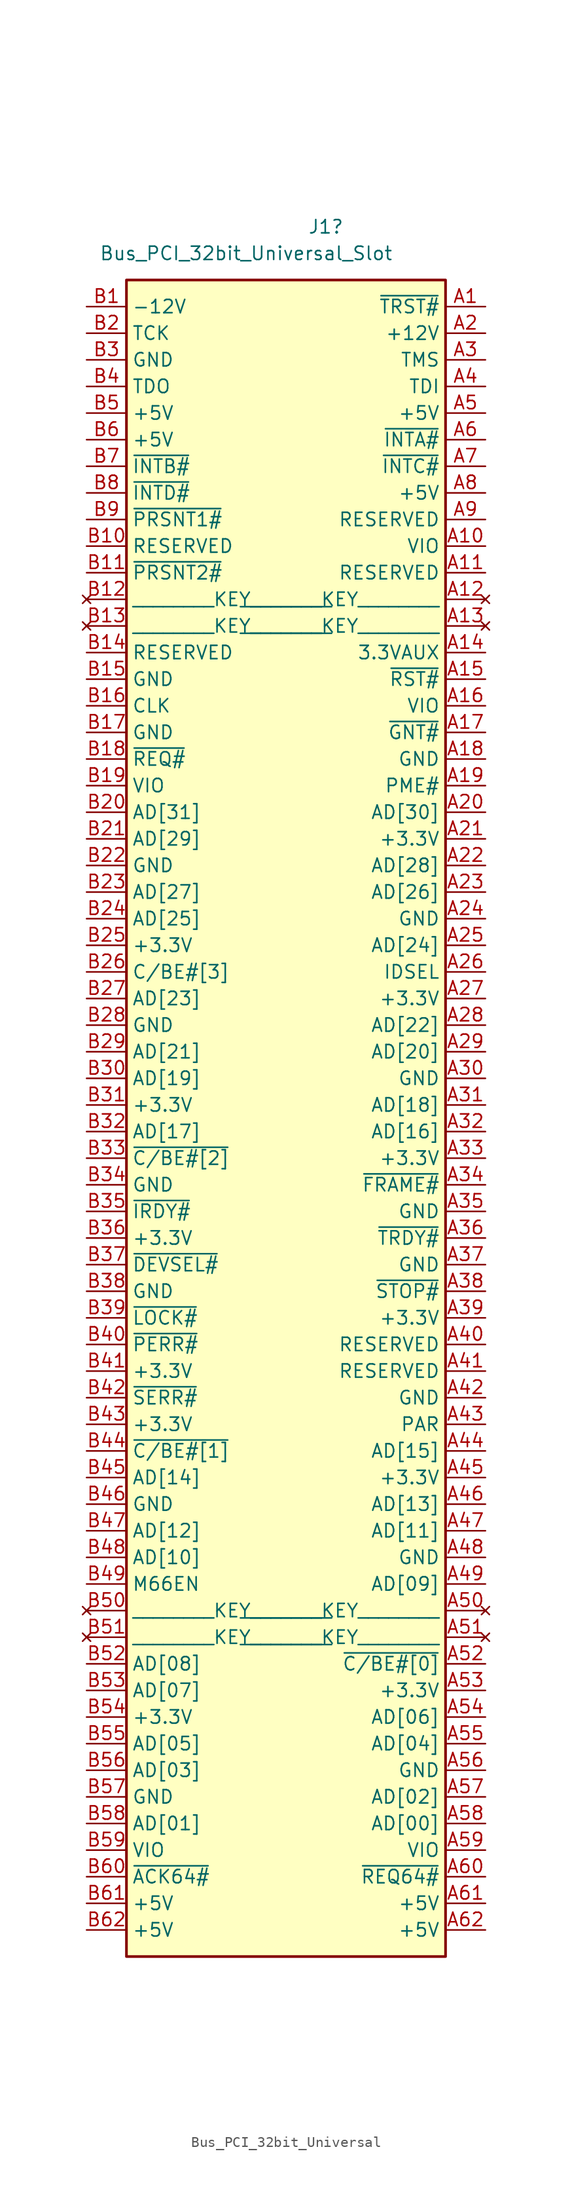
<source format=kicad_sym>
(kicad_symbol_lib
  (version 20241209)
  (generator "kicad_symbol_editor")
  (generator_version "9.0")
  (symbol "Bus_PCI_32bit_Universal"
    (property "Reference" "J1"
      (at 3.81 83.82 0)
      (effects (font (size 1.27 1.27))))
    (property "Value" "Bus_PCI_32bit_Universal_Slot"
      (at -3.81 81.28 0)
      (effects (font (size 1.27 1.27))))
    (symbol "Bus_PCI_32bit_Universal_0_1"
      (rectangle (start -15.24 78.74) (end 15.24 -81.28) (stroke (width 0.254) (type default)) (fill (type background))))
    (symbol "Bus_PCI_32bit_Universal_1_1"
      (pin power_in line (at -19.05 76.2 0) (length 3.81) (name "-12V" (effects (font (size 1.27 1.27)))) (number "B1" (effects (font (size 1.27 1.27)))))
      (pin output line (at -19.05 73.66 0) (length 3.81) (name "TCK" (effects (font (size 1.27 1.27)))) (number "B2" (effects (font (size 1.27 1.27)))))
      (pin power_in line (at -19.05 71.12 0) (length 3.81) (name "GND" (effects (font (size 1.27 1.27)))) (number "B3" (effects (font (size 1.27 1.27)))))
      (pin input line (at -19.05 68.58 0) (length 3.81) (name "TDO" (effects (font (size 1.27 1.27)))) (number "B4" (effects (font (size 1.27 1.27)))))
      (pin power_in line (at -19.05 66.04 0) (length 3.81) (name "+5V" (effects (font (size 1.27 1.27)))) (number "B5" (effects (font (size 1.27 1.27)))))
      (pin power_in line (at -19.05 63.5 0) (length 3.81) (name "+5V" (effects (font (size 1.27 1.27)))) (number "B6" (effects (font (size 1.27 1.27)))))
      (pin input line (at -19.05 60.96 0) (length 3.81) (name "~{INTB#}" (effects (font (size 1.27 1.27)))) (number "B7" (effects (font (size 1.27 1.27)))))
      (pin input line (at -19.05 58.42 0) (length 3.81) (name "~{INTD#}" (effects (font (size 1.27 1.27)))) (number "B8" (effects (font (size 1.27 1.27)))))
      (pin input line (at -19.05 55.88 0) (length 3.81) (name "~{PRSNT1#}" (effects (font (size 1.27 1.27)))) (number "B9" (effects (font (size 1.27 1.27)))))
      (pin passive line (at -19.05 53.34 0) (length 3.81) (name "RESERVED" (effects (font (size 1.27 1.27)))) (number "B10" (effects (font (size 1.27 1.27)))))
      (pin input line (at -19.05 50.8 0) (length 3.81) (name "~{PRSNT2#}" (effects (font (size 1.27 1.27)))) (number "B11" (effects (font (size 1.27 1.27)))))
      (pin no_connect line (at -19.05 48.26 0) (length 3.81) (name "________KEY________" (effects (font (size 1.27 1.27)))) (number "B12" (effects (font (size 1.27 1.27)))))
      (pin no_connect line (at -19.05 45.72 0) (length 3.81) (name "________KEY________" (effects (font (size 1.27 1.27)))) (number "B13" (effects (font (size 1.27 1.27)))))
      (pin passive line (at -19.05 43.18 0) (length 3.81) (name "RESERVED" (effects (font (size 1.27 1.27)))) (number "B14" (effects (font (size 1.27 1.27)))))
      (pin power_in line (at -19.05 40.64 0) (length 3.81) (name "GND" (effects (font (size 1.27 1.27)))) (number "B15" (effects (font (size 1.27 1.27)))))
      (pin output line (at -19.05 38.1 0) (length 3.81) (name "CLK" (effects (font (size 1.27 1.27)))) (number "B16" (effects (font (size 1.27 1.27)))))
      (pin power_in line (at -19.05 35.56 0) (length 3.81) (name "GND" (effects (font (size 1.27 1.27)))) (number "B17" (effects (font (size 1.27 1.27)))))
      (pin bidirectional line (at -19.05 33.02 0) (length 3.81) (name "~{REQ#}" (effects (font (size 1.27 1.27)))) (number "B18" (effects (font (size 1.27 1.27)))))
      (pin power_in line (at -19.05 30.48 0) (length 3.81) (name "VIO" (effects (font (size 1.27 1.27)))) (number "B19" (effects (font (size 1.27 1.27)))))
      (pin bidirectional line (at -19.05 27.94 0) (length 3.81) (name "AD[31]" (effects (font (size 1.27 1.27)))) (number "B20" (effects (font (size 1.27 1.27)))))
      (pin bidirectional line (at -19.05 25.4 0) (length 3.81) (name "AD[29]" (effects (font (size 1.27 1.27)))) (number "B21" (effects (font (size 1.27 1.27)))))
      (pin power_in line (at -19.05 22.86 0) (length 3.81) (name "GND" (effects (font (size 1.27 1.27)))) (number "B22" (effects (font (size 1.27 1.27)))))
      (pin bidirectional line (at -19.05 20.32 0) (length 3.81) (name "AD[27]" (effects (font (size 1.27 1.27)))) (number "B23" (effects (font (size 1.27 1.27)))))
      (pin bidirectional line (at -19.05 17.78 0) (length 3.81) (name "AD[25]" (effects (font (size 1.27 1.27)))) (number "B24" (effects (font (size 1.27 1.27)))))
      (pin power_in line (at -19.05 15.24 0) (length 3.81) (name "+3.3V" (effects (font (size 1.27 1.27)))) (number "B25" (effects (font (size 1.27 1.27)))))
      (pin bidirectional line (at -19.05 12.7 0) (length 3.81) (name "C/BE#[3]" (effects (font (size 1.27 1.27)))) (number "B26" (effects (font (size 1.27 1.27)))))
      (pin bidirectional line (at -19.05 10.16 0) (length 3.81) (name "AD[23]" (effects (font (size 1.27 1.27)))) (number "B27" (effects (font (size 1.27 1.27)))))
      (pin power_in line (at -19.05 7.62 0) (length 3.81) (name "GND" (effects (font (size 1.27 1.27)))) (number "B28" (effects (font (size 1.27 1.27)))))
      (pin bidirectional line (at -19.05 5.08 0) (length 3.81) (name "AD[21]" (effects (font (size 1.27 1.27)))) (number "B29" (effects (font (size 1.27 1.27)))))
      (pin bidirectional line (at -19.05 2.54 0) (length 3.81) (name "AD[19]" (effects (font (size 1.27 1.27)))) (number "B30" (effects (font (size 1.27 1.27)))))
      (pin power_in line (at -19.05 0 0) (length 3.81) (name "+3.3V" (effects (font (size 1.27 1.27)))) (number "B31" (effects (font (size 1.27 1.27)))))
      (pin bidirectional line (at -19.05 -2.54 0) (length 3.81) (name "AD[17]" (effects (font (size 1.27 1.27)))) (number "B32" (effects (font (size 1.27 1.27)))))
      (pin bidirectional line (at -19.05 -5.08 0) (length 3.81) (name "~{C/BE#[2]}" (effects (font (size 1.27 1.27)))) (number "B33" (effects (font (size 1.27 1.27)))))
      (pin power_in line (at -19.05 -7.62 0) (length 3.81) (name "GND" (effects (font (size 1.27 1.27)))) (number "B34" (effects (font (size 1.27 1.27)))))
      (pin bidirectional line (at -19.05 -10.16 0) (length 3.81) (name "~{IRDY#}" (effects (font (size 1.27 1.27)))) (number "B35" (effects (font (size 1.27 1.27)))))
      (pin power_in line (at -19.05 -12.7 0) (length 3.81) (name "+3.3V" (effects (font (size 1.27 1.27)))) (number "B36" (effects (font (size 1.27 1.27)))))
      (pin bidirectional line (at -19.05 -15.24 0) (length 3.81) (name "~{DEVSEL#}" (effects (font (size 1.27 1.27)))) (number "B37" (effects (font (size 1.27 1.27)))))
      (pin power_in line (at -19.05 -17.78 0) (length 3.81) (name "GND" (effects (font (size 1.27 1.27)))) (number "B38" (effects (font (size 1.27 1.27)))))
      (pin bidirectional line (at -19.05 -20.32 0) (length 3.81) (name "~{LOCK#}" (effects (font (size 1.27 1.27)))) (number "B39" (effects (font (size 1.27 1.27)))))
      (pin bidirectional line (at -19.05 -22.86 0) (length 3.81) (name "~{PERR#}" (effects (font (size 1.27 1.27)))) (number "B40" (effects (font (size 1.27 1.27)))))
      (pin power_in line (at -19.05 -25.4 0) (length 3.81) (name "+3.3V" (effects (font (size 1.27 1.27)))) (number "B41" (effects (font (size 1.27 1.27)))))
      (pin input line (at -19.05 -27.94 0) (length 3.81) (name "~{SERR#}" (effects (font (size 1.27 1.27)))) (number "B42" (effects (font (size 1.27 1.27)))))
      (pin power_in line (at -19.05 -30.48 0) (length 3.81) (name "+3.3V" (effects (font (size 1.27 1.27)))) (number "B43" (effects (font (size 1.27 1.27)))))
      (pin bidirectional line (at -19.05 -33.02 0) (length 3.81) (name "~{C/BE#[1]}" (effects (font (size 1.27 1.27)))) (number "B44" (effects (font (size 1.27 1.27)))))
      (pin bidirectional line (at -19.05 -35.56 0) (length 3.81) (name "AD[14]" (effects (font (size 1.27 1.27)))) (number "B45" (effects (font (size 1.27 1.27)))))
      (pin power_in line (at -19.05 -38.1 0) (length 3.81) (name "GND" (effects (font (size 1.27 1.27)))) (number "B46" (effects (font (size 1.27 1.27)))))
      (pin bidirectional line (at -19.05 -40.64 0) (length 3.81) (name "AD[12]" (effects (font (size 1.27 1.27)))) (number "B47" (effects (font (size 1.27 1.27)))))
      (pin bidirectional line (at -19.05 -43.18 0) (length 3.81) (name "AD[10]" (effects (font (size 1.27 1.27)))) (number "B48" (effects (font (size 1.27 1.27)))))
      (pin power_in line (at -19.05 -45.72 0) (length 3.81) (name "M66EN" (effects (font (size 1.27 1.27)))) (number "B49" (effects (font (size 1.27 1.27)))))
      (pin no_connect line (at -19.05 -48.26 0) (length 3.81) (name "________KEY________" (effects (font (size 1.27 1.27)))) (number "B50" (effects (font (size 1.27 1.27)))))
      (pin no_connect line (at -19.05 -50.8 0) (length 3.81) (name "________KEY________" (effects (font (size 1.27 1.27)))) (number "B51" (effects (font (size 1.27 1.27)))))
      (pin bidirectional line (at -19.05 -53.34 0) (length 3.81) (name "AD[08]" (effects (font (size 1.27 1.27)))) (number "B52" (effects (font (size 1.27 1.27)))))
      (pin bidirectional line (at -19.05 -55.88 0) (length 3.81) (name "AD[07]" (effects (font (size 1.27 1.27)))) (number "B53" (effects (font (size 1.27 1.27)))))
      (pin input line (at -19.05 -58.42 0) (length 3.81) (name "+3.3V" (effects (font (size 1.27 1.27)))) (number "B54" (effects (font (size 1.27 1.27)))))
      (pin bidirectional line (at -19.05 -60.96 0) (length 3.81) (name "AD[05]" (effects (font (size 1.27 1.27)))) (number "B55" (effects (font (size 1.27 1.27)))))
      (pin bidirectional line (at -19.05 -63.5 0) (length 3.81) (name "AD[03]" (effects (font (size 1.27 1.27)))) (number "B56" (effects (font (size 1.27 1.27)))))
      (pin power_in line (at -19.05 -66.04 0) (length 3.81) (name "GND" (effects (font (size 1.27 1.27)))) (number "B57" (effects (font (size 1.27 1.27)))))
      (pin bidirectional line (at -19.05 -68.58 0) (length 3.81) (name "AD[01]" (effects (font (size 1.27 1.27)))) (number "B58" (effects (font (size 1.27 1.27)))))
      (pin power_in line (at -19.05 -71.12 0) (length 3.81) (name "VIO" (effects (font (size 1.27 1.27)))) (number "B59" (effects (font (size 1.27 1.27)))))
      (pin bidirectional line (at -19.05 -73.66 0) (length 3.81) (name "~{ACK64#}" (effects (font (size 1.27 1.27)))) (number "B60" (effects (font (size 1.27 1.27)))))
      (pin power_in line (at -19.05 -76.2 0) (length 3.81) (name "+5V" (effects (font (size 1.27 1.27)))) (number "B61" (effects (font (size 1.27 1.27)))))
      (pin power_in line (at -19.05 -78.74 0) (length 3.81) (name "+5V" (effects (font (size 1.27 1.27)))) (number "B62" (effects (font (size 1.27 1.27)))))
      (pin output line (at 19.05 76.2 180) (length 3.81) (name "~{TRST#}" (effects (font (size 1.27 1.27)))) (number "A1" (effects (font (size 1.27 1.27)))))
      (pin power_in line (at 19.05 73.66 180) (length 3.81) (name "+12V" (effects (font (size 1.27 1.27)))) (number "A2" (effects (font (size 1.27 1.27)))))
      (pin output line (at 19.05 71.12 180) (length 3.81) (name "TMS" (effects (font (size 1.27 1.27)))) (number "A3" (effects (font (size 1.27 1.27)))))
      (pin output line (at 19.05 68.58 180) (length 3.81) (name "TDI" (effects (font (size 1.27 1.27)))) (number "A4" (effects (font (size 1.27 1.27)))))
      (pin power_in line (at 19.05 66.04 180) (length 3.81) (name "+5V" (effects (font (size 1.27 1.27)))) (number "A5" (effects (font (size 1.27 1.27)))))
      (pin input line (at 19.05 63.5 180) (length 3.81) (name "~{INTA#}" (effects (font (size 1.27 1.27)))) (number "A6" (effects (font (size 1.27 1.27)))))
      (pin input line (at 19.05 60.96 180) (length 3.81) (name "~{INTC#}" (effects (font (size 1.27 1.27)))) (number "A7" (effects (font (size 1.27 1.27)))))
      (pin power_in line (at 19.05 58.42 180) (length 3.81) (name "+5V" (effects (font (size 1.27 1.27)))) (number "A8" (effects (font (size 1.27 1.27)))))
      (pin passive line (at 19.05 55.88 180) (length 3.81) (name "RESERVED" (effects (font (size 1.27 1.27)))) (number "A9" (effects (font (size 1.27 1.27)))))
      (pin power_in line (at 19.05 53.34 180) (length 3.81) (name "VIO" (effects (font (size 1.27 1.27)))) (number "A10" (effects (font (size 1.27 1.27)))))
      (pin passive line (at 19.05 50.8 180) (length 3.81) (name "RESERVED" (effects (font (size 1.27 1.27)))) (number "A11" (effects (font (size 1.27 1.27)))))
      (pin no_connect line (at 19.05 48.26 180) (length 3.81) (name "________KEY________" (effects (font (size 1.27 1.27)))) (number "A12" (effects (font (size 1.27 1.27)))))
      (pin no_connect line (at 19.05 45.72 180) (length 3.81) (name "________KEY________" (effects (font (size 1.27 1.27)))) (number "A13" (effects (font (size 1.27 1.27)))))
      (pin passive line (at 19.05 43.18 180) (length 3.81) (name "3.3VAUX" (effects (font (size 1.27 1.27)))) (number "A14" (effects (font (size 1.27 1.27)))))
      (pin output line (at 19.05 40.64 180) (length 3.81) (name "~{RST#}" (effects (font (size 1.27 1.27)))) (number "A15" (effects (font (size 1.27 1.27)))))
      (pin power_in line (at 19.05 38.1 180) (length 3.81) (name "VIO" (effects (font (size 1.27 1.27)))) (number "A16" (effects (font (size 1.27 1.27)))))
      (pin bidirectional line (at 19.05 35.56 180) (length 3.81) (name "~{GNT#}" (effects (font (size 1.27 1.27)))) (number "A17" (effects (font (size 1.27 1.27)))))
      (pin power_in line (at 19.05 33.02 180) (length 3.81) (name "GND" (effects (font (size 1.27 1.27)))) (number "A18" (effects (font (size 1.27 1.27)))))
      (pin passive line (at 19.05 30.48 180) (length 3.81) (name "PME#" (effects (font (size 1.27 1.27)))) (number "A19" (effects (font (size 1.27 1.27)))))
      (pin bidirectional line (at 19.05 27.94 180) (length 3.81) (name "AD[30]" (effects (font (size 1.27 1.27)))) (number "A20" (effects (font (size 1.27 1.27)))))
      (pin power_in line (at 19.05 25.4 180) (length 3.81) (name "+3.3V" (effects (font (size 1.27 1.27)))) (number "A21" (effects (font (size 1.27 1.27)))))
      (pin bidirectional line (at 19.05 22.86 180) (length 3.81) (name "AD[28]" (effects (font (size 1.27 1.27)))) (number "A22" (effects (font (size 1.27 1.27)))))
      (pin bidirectional line (at 19.05 20.32 180) (length 3.81) (name "AD[26]" (effects (font (size 1.27 1.27)))) (number "A23" (effects (font (size 1.27 1.27)))))
      (pin power_in line (at 19.05 17.78 180) (length 3.81) (name "GND" (effects (font (size 1.27 1.27)))) (number "A24" (effects (font (size 1.27 1.27)))))
      (pin bidirectional line (at 19.05 15.24 180) (length 3.81) (name "AD[24]" (effects (font (size 1.27 1.27)))) (number "A25" (effects (font (size 1.27 1.27)))))
      (pin output line (at 19.05 12.7 180) (length 3.81) (name "IDSEL" (effects (font (size 1.27 1.27)))) (number "A26" (effects (font (size 1.27 1.27)))))
      (pin power_in line (at 19.05 10.16 180) (length 3.81) (name "+3.3V" (effects (font (size 1.27 1.27)))) (number "A27" (effects (font (size 1.27 1.27)))))
      (pin bidirectional line (at 19.05 7.62 180) (length 3.81) (name "AD[22]" (effects (font (size 1.27 1.27)))) (number "A28" (effects (font (size 1.27 1.27)))))
      (pin bidirectional line (at 19.05 5.08 180) (length 3.81) (name "AD[20]" (effects (font (size 1.27 1.27)))) (number "A29" (effects (font (size 1.27 1.27)))))
      (pin power_in line (at 19.05 2.54 180) (length 3.81) (name "GND" (effects (font (size 1.27 1.27)))) (number "A30" (effects (font (size 1.27 1.27)))))
      (pin bidirectional line (at 19.05 0 180) (length 3.81) (name "AD[18]" (effects (font (size 1.27 1.27)))) (number "A31" (effects (font (size 1.27 1.27)))))
      (pin bidirectional line (at 19.05 -2.54 180) (length 3.81) (name "AD[16]" (effects (font (size 1.27 1.27)))) (number "A32" (effects (font (size 1.27 1.27)))))
      (pin power_in line (at 19.05 -5.08 180) (length 3.81) (name "+3.3V" (effects (font (size 1.27 1.27)))) (number "A33" (effects (font (size 1.27 1.27)))))
      (pin bidirectional line (at 19.05 -7.62 180) (length 3.81) (name "~{FRAME#}" (effects (font (size 1.27 1.27)))) (number "A34" (effects (font (size 1.27 1.27)))))
      (pin power_in line (at 19.05 -10.16 180) (length 3.81) (name "GND" (effects (font (size 1.27 1.27)))) (number "A35" (effects (font (size 1.27 1.27)))))
      (pin bidirectional line (at 19.05 -12.7 180) (length 3.81) (name "~{TRDY#}" (effects (font (size 1.27 1.27)))) (number "A36" (effects (font (size 1.27 1.27)))))
      (pin power_in line (at 19.05 -15.24 180) (length 3.81) (name "GND" (effects (font (size 1.27 1.27)))) (number "A37" (effects (font (size 1.27 1.27)))))
      (pin bidirectional line (at 19.05 -17.78 180) (length 3.81) (name "~{STOP#}" (effects (font (size 1.27 1.27)))) (number "A38" (effects (font (size 1.27 1.27)))))
      (pin power_in line (at 19.05 -20.32 180) (length 3.81) (name "+3.3V" (effects (font (size 1.27 1.27)))) (number "A39" (effects (font (size 1.27 1.27)))))
      (pin bidirectional line (at 19.05 -22.86 180) (length 3.81) (name "RESERVED" (effects (font (size 1.27 1.27)))) (number "A40" (effects (font (size 1.27 1.27)))))
      (pin bidirectional line (at 19.05 -25.4 180) (length 3.81) (name "RESERVED" (effects (font (size 1.27 1.27)))) (number "A41" (effects (font (size 1.27 1.27)))))
      (pin power_in line (at 19.05 -27.94 180) (length 3.81) (name "GND" (effects (font (size 1.27 1.27)))) (number "A42" (effects (font (size 1.27 1.27)))))
      (pin bidirectional line (at 19.05 -30.48 180) (length 3.81) (name "PAR" (effects (font (size 1.27 1.27)))) (number "A43" (effects (font (size 1.27 1.27)))))
      (pin bidirectional line (at 19.05 -33.02 180) (length 3.81) (name "AD[15]" (effects (font (size 1.27 1.27)))) (number "A44" (effects (font (size 1.27 1.27)))))
      (pin power_in line (at 19.05 -35.56 180) (length 3.81) (name "+3.3V" (effects (font (size 1.27 1.27)))) (number "A45" (effects (font (size 1.27 1.27)))))
      (pin bidirectional line (at 19.05 -38.1 180) (length 3.81) (name "AD[13]" (effects (font (size 1.27 1.27)))) (number "A46" (effects (font (size 1.27 1.27)))))
      (pin bidirectional line (at 19.05 -40.64 180) (length 3.81) (name "AD[11]" (effects (font (size 1.27 1.27)))) (number "A47" (effects (font (size 1.27 1.27)))))
      (pin power_in line (at 19.05 -43.18 180) (length 3.81) (name "GND" (effects (font (size 1.27 1.27)))) (number "A48" (effects (font (size 1.27 1.27)))))
      (pin bidirectional line (at 19.05 -45.72 180) (length 3.81) (name "AD[09]" (effects (font (size 1.27 1.27)))) (number "A49" (effects (font (size 1.27 1.27)))))
      (pin no_connect line (at 19.05 -48.26 180) (length 3.81) (name "________KEY________" (effects (font (size 1.27 1.27)))) (number "A50" (effects (font (size 1.27 1.27)))))
      (pin no_connect line (at 19.05 -50.8 180) (length 3.81) (name "________KEY________" (effects (font (size 1.27 1.27)))) (number "A51" (effects (font (size 1.27 1.27)))))
      (pin bidirectional line (at 19.05 -53.34 180) (length 3.81) (name "~{C/BE#[0]}" (effects (font (size 1.27 1.27)))) (number "A52" (effects (font (size 1.27 1.27)))))
      (pin power_in line (at 19.05 -55.88 180) (length 3.81) (name "+3.3V" (effects (font (size 1.27 1.27)))) (number "A53" (effects (font (size 1.27 1.27)))))
      (pin bidirectional line (at 19.05 -58.42 180) (length 3.81) (name "AD[06]" (effects (font (size 1.27 1.27)))) (number "A54" (effects (font (size 1.27 1.27)))))
      (pin bidirectional line (at 19.05 -60.96 180) (length 3.81) (name "AD[04]" (effects (font (size 1.27 1.27)))) (number "A55" (effects (font (size 1.27 1.27)))))
      (pin power_in line (at 19.05 -63.5 180) (length 3.81) (name "GND" (effects (font (size 1.27 1.27)))) (number "A56" (effects (font (size 1.27 1.27)))))
      (pin bidirectional line (at 19.05 -66.04 180) (length 3.81) (name "AD[02]" (effects (font (size 1.27 1.27)))) (number "A57" (effects (font (size 1.27 1.27)))))
      (pin bidirectional line (at 19.05 -68.58 180) (length 3.81) (name "AD[00]" (effects (font (size 1.27 1.27)))) (number "A58" (effects (font (size 1.27 1.27)))))
      (pin power_in line (at 19.05 -71.12 180) (length 3.81) (name "VIO" (effects (font (size 1.27 1.27)))) (number "A59" (effects (font (size 1.27 1.27)))))
      (pin bidirectional line (at 19.05 -73.66 180) (length 3.81) (name "~{REQ64#}" (effects (font (size 1.27 1.27)))) (number "A60" (effects (font (size 1.27 1.27)))))
      (pin power_in line (at 19.05 -76.2 180) (length 3.81) (name "+5V" (effects (font (size 1.27 1.27)))) (number "A61" (effects (font (size 1.27 1.27)))))
      (pin power_in line (at 19.05 -78.74 180) (length 3.81) (name "+5V" (effects (font (size 1.27 1.27)))) (number "A62" (effects (font (size 1.27 1.27))))))))
</source>
